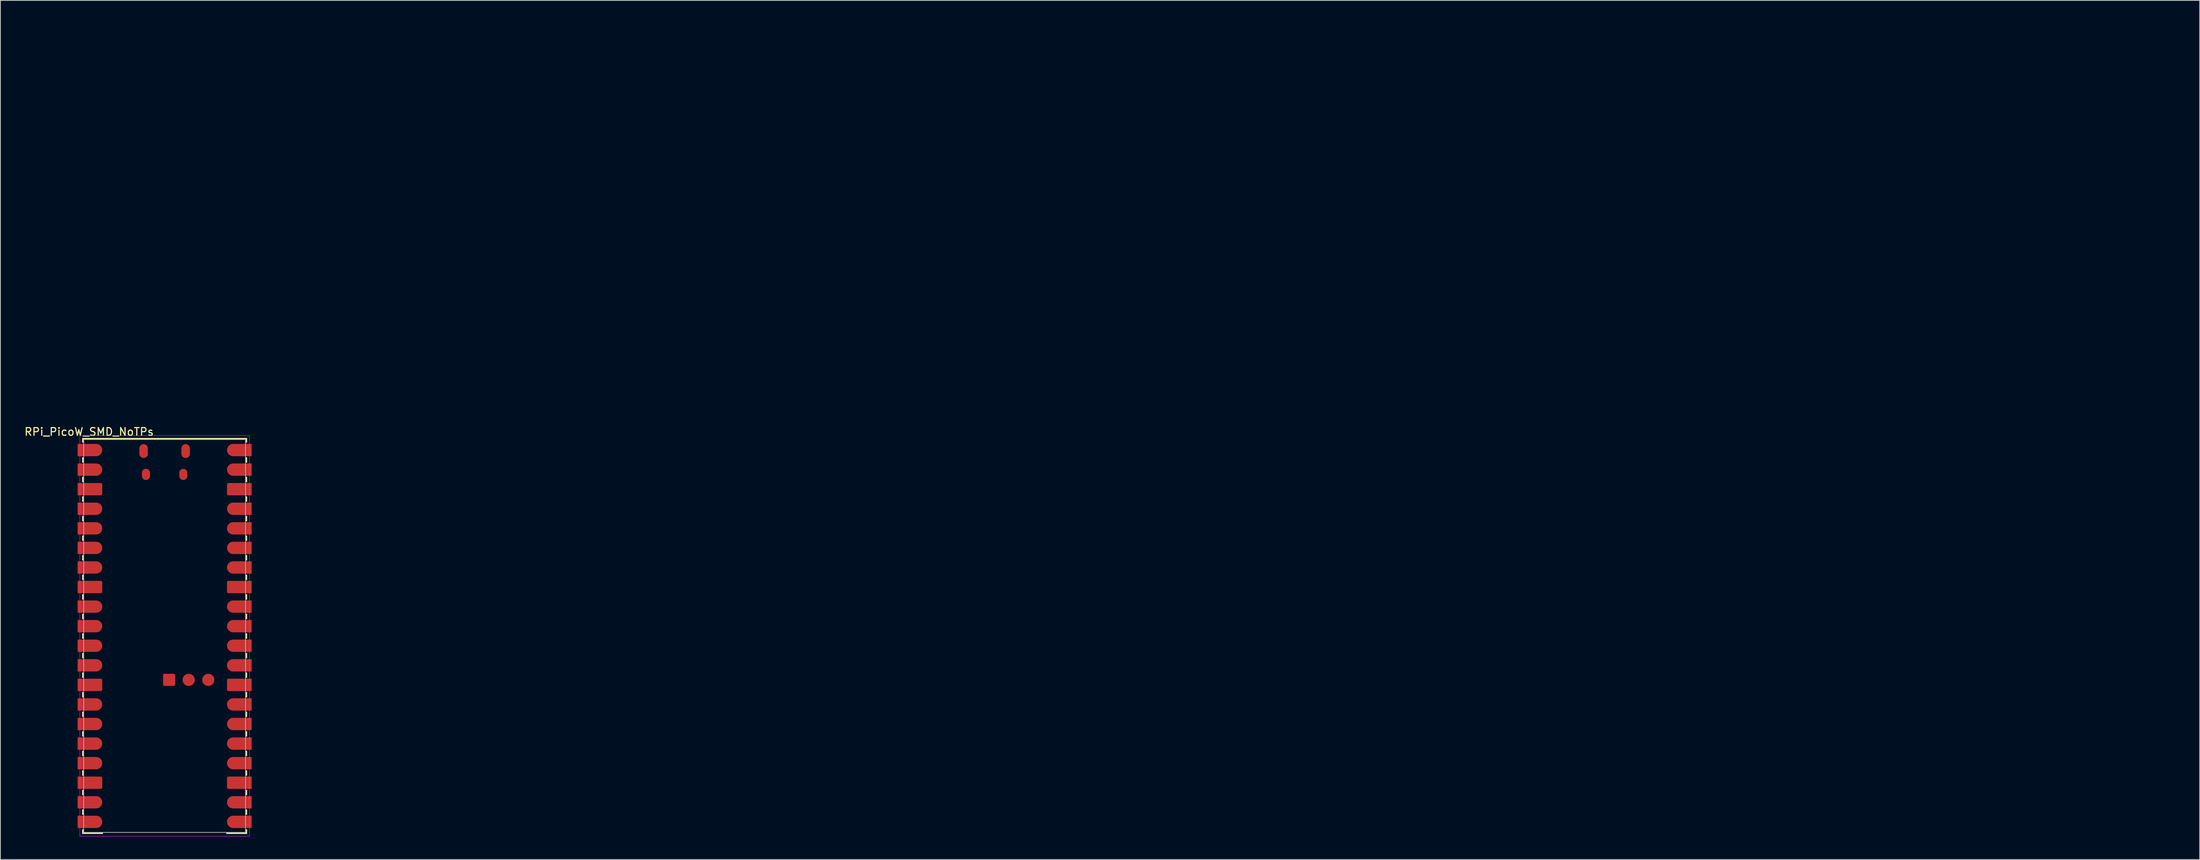
<source format=kicad_pcb>
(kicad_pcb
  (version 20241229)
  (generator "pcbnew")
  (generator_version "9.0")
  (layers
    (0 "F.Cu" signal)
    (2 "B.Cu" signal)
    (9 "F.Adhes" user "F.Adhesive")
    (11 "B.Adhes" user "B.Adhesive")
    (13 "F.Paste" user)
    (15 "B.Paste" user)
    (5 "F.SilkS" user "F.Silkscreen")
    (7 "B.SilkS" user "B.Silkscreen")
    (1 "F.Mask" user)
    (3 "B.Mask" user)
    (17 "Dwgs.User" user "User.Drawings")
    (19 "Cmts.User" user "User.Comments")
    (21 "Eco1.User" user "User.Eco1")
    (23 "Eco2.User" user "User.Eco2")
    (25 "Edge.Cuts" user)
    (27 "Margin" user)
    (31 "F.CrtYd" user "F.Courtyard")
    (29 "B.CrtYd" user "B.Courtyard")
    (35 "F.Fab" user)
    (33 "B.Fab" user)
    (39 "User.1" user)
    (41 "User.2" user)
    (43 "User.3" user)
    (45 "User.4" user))
  (footprint "RPi_PicoW_SMD_NoTPs"
    (layer "F.Cu")
    (at 18.306 79.5)
    (property "Reference" "RPi_PicoW_SMD_NoTPs" (at -9.8 -26.5 0) (layer "F.SilkS") (effects (font (size 1 1) (thickness 0.15))))
    (attr smd)
    (fp_poly (pts (xy -10.7 -23.2) (xy -10.5 -23.2) (xy -10.5 -22.5) (xy -10.7 -22.5)) (stroke (width 0) (type solid)) (fill yes) (layer "F.SilkS"))
    (fp_poly (pts (xy -10.7 -20.66) (xy -10.5 -20.66) (xy -10.5 -19.96) (xy -10.7 -19.96)) (stroke (width 0) (type solid)) (fill yes) (layer "F.SilkS"))
    (fp_poly (pts (xy -10.7 -18.12) (xy -10.5 -18.12) (xy -10.5 -17.42) (xy -10.7 -17.42)) (stroke (width 0) (type solid)) (fill yes) (layer "F.SilkS"))
    (fp_poly (pts (xy -10.7 -15.58) (xy -10.5 -15.58) (xy -10.5 -14.88) (xy -10.7 -14.88)) (stroke (width 0) (type solid)) (fill yes) (layer "F.SilkS"))
    (fp_poly (pts (xy -10.7 -13.04) (xy -10.5 -13.04) (xy -10.5 -12.34) (xy -10.7 -12.34)) (stroke (width 0) (type solid)) (fill yes) (layer "F.SilkS"))
    (fp_poly (pts (xy -10.7 -10.5) (xy -10.5 -10.5) (xy -10.5 -9.8) (xy -10.7 -9.8)) (stroke (width 0) (type solid)) (fill yes) (layer "F.SilkS"))
    (fp_poly (pts (xy -10.7 -7.96) (xy -10.5 -7.96) (xy -10.5 -7.26) (xy -10.7 -7.26)) (stroke (width 0) (type solid)) (fill yes) (layer "F.SilkS"))
    (fp_poly (pts (xy -10.7 -5.42) (xy -10.5 -5.42) (xy -10.5 -4.72) (xy -10.7 -4.72)) (stroke (width 0) (type solid)) (fill yes) (layer "F.SilkS"))
    (fp_poly (pts (xy -10.7 -2.88) (xy -10.5 -2.88) (xy -10.5 -2.18) (xy -10.7 -2.18)) (stroke (width 0) (type solid)) (fill yes) (layer "F.SilkS"))
    (fp_poly (pts (xy -10.7 -0.34) (xy -10.5 -0.34) (xy -10.5 0.36) (xy -10.7 0.36)) (stroke (width 0) (type solid)) (fill yes) (layer "F.SilkS"))
    (fp_poly (pts (xy -10.7 2.2) (xy -10.5 2.2) (xy -10.5 2.9) (xy -10.7 2.9)) (stroke (width 0) (type solid)) (fill yes) (layer "F.SilkS"))
    (fp_poly (pts (xy -10.7 4.74) (xy -10.5 4.74) (xy -10.5 5.44) (xy -10.7 5.44)) (stroke (width 0) (type solid)) (fill yes) (layer "F.SilkS"))
    (fp_poly (pts (xy -10.7 7.28) (xy -10.5 7.28) (xy -10.5 7.98) (xy -10.7 7.98)) (stroke (width 0) (type solid)) (fill yes) (layer "F.SilkS"))
    (fp_poly (pts (xy -10.7 9.82) (xy -10.5 9.82) (xy -10.5 10.52) (xy -10.7 10.52)) (stroke (width 0) (type solid)) (fill yes) (layer "F.SilkS"))
    (fp_poly (pts (xy -10.7 12.36) (xy -10.5 12.36) (xy -10.5 13.06) (xy -10.7 13.06)) (stroke (width 0) (type solid)) (fill yes) (layer "F.SilkS"))
    (fp_poly (pts (xy -10.7 14.9) (xy -10.5 14.9) (xy -10.5 15.6) (xy -10.7 15.6)) (stroke (width 0) (type solid)) (fill yes) (layer "F.SilkS"))
    (fp_poly (pts (xy -10.7 17.44) (xy -10.5 17.44) (xy -10.5 18.14) (xy -10.7 18.14)) (stroke (width 0) (type solid)) (fill yes) (layer "F.SilkS"))
    (fp_poly (pts (xy -10.7 19.98) (xy -10.5 19.98) (xy -10.5 20.68) (xy -10.7 20.68)) (stroke (width 0) (type solid)) (fill yes) (layer "F.SilkS"))
    (fp_poly (pts (xy -10.7 22.52) (xy -10.5 22.52) (xy -10.5 23.22) (xy -10.7 23.22)) (stroke (width 0) (type solid)) (fill yes) (layer "F.SilkS"))
    (fp_poly (pts (xy 10.5 -23.2) (xy 10.7 -23.2) (xy 10.7 -22.5) (xy 10.5 -22.5)) (stroke (width 0) (type solid)) (fill yes) (layer "F.SilkS"))
    (fp_poly (pts (xy 10.5 -20.66) (xy 10.7 -20.66) (xy 10.7 -19.96) (xy 10.5 -19.96)) (stroke (width 0) (type solid)) (fill yes) (layer "F.SilkS"))
    (fp_poly (pts (xy 10.5 -18.12) (xy 10.7 -18.12) (xy 10.7 -17.42) (xy 10.5 -17.42)) (stroke (width 0) (type solid)) (fill yes) (layer "F.SilkS"))
    (fp_poly (pts (xy 10.5 -15.58) (xy 10.7 -15.58) (xy 10.7 -14.88) (xy 10.5 -14.88)) (stroke (width 0) (type solid)) (fill yes) (layer "F.SilkS"))
    (fp_poly (pts (xy 10.5 -13.04) (xy 10.7 -13.04) (xy 10.7 -12.34) (xy 10.5 -12.34)) (stroke (width 0) (type solid)) (fill yes) (layer "F.SilkS"))
    (fp_poly (pts (xy 10.5 -10.5) (xy 10.7 -10.5) (xy 10.7 -9.8) (xy 10.5 -9.8)) (stroke (width 0) (type solid)) (fill yes) (layer "F.SilkS"))
    (fp_poly (pts (xy 10.5 -7.96) (xy 10.7 -7.96) (xy 10.7 -7.26) (xy 10.5 -7.26)) (stroke (width 0) (type solid)) (fill yes) (layer "F.SilkS"))
    (fp_poly (pts (xy 10.5 -5.42) (xy 10.7 -5.42) (xy 10.7 -4.72) (xy 10.5 -4.72)) (stroke (width 0) (type solid)) (fill yes) (layer "F.SilkS"))
    (fp_poly (pts (xy 10.5 -2.88) (xy 10.7 -2.88) (xy 10.7 -2.18) (xy 10.5 -2.18)) (stroke (width 0) (type solid)) (fill yes) (layer "F.SilkS"))
    (fp_poly (pts (xy 10.5 -0.34) (xy 10.7 -0.34) (xy 10.7 0.36) (xy 10.5 0.36)) (stroke (width 0) (type solid)) (fill yes) (layer "F.SilkS"))
    (fp_poly (pts (xy 10.5 2.2) (xy 10.7 2.2) (xy 10.7 2.9) (xy 10.5 2.9)) (stroke (width 0) (type solid)) (fill yes) (layer "F.SilkS"))
    (fp_poly (pts (xy 10.5 4.74) (xy 10.7 4.74) (xy 10.7 5.44) (xy 10.5 5.44)) (stroke (width 0) (type solid)) (fill yes) (layer "F.SilkS"))
    (fp_poly (pts (xy 10.5 7.28) (xy 10.7 7.28) (xy 10.7 7.98) (xy 10.5 7.98)) (stroke (width 0) (type solid)) (fill yes) (layer "F.SilkS"))
    (fp_poly (pts (xy 10.5 9.82) (xy 10.7 9.82) (xy 10.7 10.52) (xy 10.5 10.52)) (stroke (width 0) (type solid)) (fill yes) (layer "F.SilkS"))
    (fp_poly (pts (xy 10.5 12.36) (xy 10.7 12.36) (xy 10.7 13.06) (xy 10.5 13.06)) (stroke (width 0) (type solid)) (fill yes) (layer "F.SilkS"))
    (fp_poly (pts (xy 10.5 14.9) (xy 10.7 14.9) (xy 10.7 15.6) (xy 10.5 15.6)) (stroke (width 0) (type solid)) (fill yes) (layer "F.SilkS"))
    (fp_poly (pts (xy 10.5 17.44) (xy 10.7 17.44) (xy 10.7 18.14) (xy 10.5 18.14)) (stroke (width 0) (type solid)) (fill yes) (layer "F.SilkS"))
    (fp_poly (pts (xy 10.5 19.98) (xy 10.7 19.98) (xy 10.7 20.68) (xy 10.5 20.68)) (stroke (width 0) (type solid)) (fill yes) (layer "F.SilkS"))
    (fp_poly (pts (xy 10.5 22.52) (xy 10.7 22.52) (xy 10.7 23.22) (xy 10.5 23.22)) (stroke (width 0) (type solid)) (fill yes) (layer "F.SilkS"))
    (fp_poly (pts (xy -10.7 25.1) (xy -10.5 25.1) (xy -10.5 25.5) (xy -8 25.5) (xy -8 25.7) (xy -10.7 25.7)) (stroke (width 0) (type solid)) (fill yes) (layer "F.SilkS"))
    (fp_poly (pts (xy 10.7 25.1) (xy 10.5 25.1) (xy 10.5 25.5) (xy 8 25.5) (xy 8 25.7) (xy 10.7 25.7)) (stroke (width 0) (type solid)) (fill yes) (layer "F.SilkS"))
    (fp_poly (pts (xy -10.7 -25.1) (xy -10.5 -25.1) (xy -10.5 -25.5) (xy 10.5 -25.5) (xy 10.5 -25.1) (xy 10.7 -25.1) (xy 10.7 -25.7) (xy -10.7 -25.7)) (stroke (width 0) (type solid)) (fill yes) (layer "F.SilkS"))
    (fp_line (start -11 -26) (end 11 -26) (stroke (width 0.05) (type solid)) (layer "F.CrtYd"))
    (fp_line (start -11 26) (end -11 -26) (stroke (width 0.05) (type solid)) (layer "F.CrtYd"))
    (fp_line (start 11 -26) (end 11 26) (stroke (width 0.05) (type solid)) (layer "F.CrtYd"))
    (fp_line (start 11 26) (end -11 26) (stroke (width 0.05) (type solid)) (layer "F.CrtYd"))
    (fp_line (start -10.5 -25.5) (end 10.5 -25.5) (stroke (width 0.1) (type solid)) (layer "F.Fab"))
    (fp_line (start -10.5 25.5) (end -10.5 -25.5) (stroke (width 0.1) (type solid)) (layer "F.Fab"))
    (fp_line (start 10.5 -25.5) (end 10.5 25.5) (stroke (width 0.1) (type solid)) (layer "F.Fab"))
    (fp_line (start 10.5 25.5) (end -10.5 25.5) (stroke (width 0.1) (type solid)) (layer "F.Fab"))
    (pad "1" smd custom (at -8.89 -24.13) (size 1.6 1.6) (layers "F.Cu" "F.Mask" "F.Paste") (options (anchor circle)) (primitives (gr_rect (start -2.4 -0.8) (end 0 0.8) (width 0) (fill yes))))
    (pad "2" smd custom (at -8.89 -21.59) (size 1.6 1.6) (layers "F.Cu" "F.Mask" "F.Paste") (options (anchor circle)) (primitives (gr_rect (start -2.4 -0.8) (end 0 0.8) (width 0) (fill yes))))
    (pad "3" smd custom (at -8.89 -19.05) (size 1.2 1.6) (layers "F.Cu" "F.Mask" "F.Paste") (options (anchor rect)) (primitives (gr_rect (start -2.4 -0.8) (end 0 0.8) (width 0) (fill yes)) (gr_circle (center 0.6 0.6) (end 0.8 0.6) (width 0) (fill yes)) (gr_rect (start 0.6 -0.6) (end 0.8 0.6) (width 0) (fill yes)) (gr_circle (center 0.6 -0.6) (end 0.8 -0.6) (width 0) (fill yes))))
    (pad "4" smd custom (at -8.89 -16.51) (size 1.6 1.6) (layers "F.Cu" "F.Mask" "F.Paste") (options (anchor circle)) (primitives (gr_rect (start -2.4 -0.8) (end 0 0.8) (width 0) (fill yes))))
    (pad "5" smd custom (at -8.89 -13.97) (size 1.6 1.6) (layers "F.Cu" "F.Mask" "F.Paste") (options (anchor circle)) (primitives (gr_rect (start -2.4 -0.8) (end 0 0.8) (width 0) (fill yes))))
    (pad "6" smd custom (at -8.89 -11.43) (size 1.6 1.6) (layers "F.Cu" "F.Mask" "F.Paste") (options (anchor circle)) (primitives (gr_rect (start -2.4 -0.8) (end 0 0.8) (width 0) (fill yes))))
    (pad "7" smd custom (at -8.89 -8.89) (size 1.6 1.6) (layers "F.Cu" "F.Mask" "F.Paste") (options (anchor circle)) (primitives (gr_rect (start -2.4 -0.8) (end 0 0.8) (width 0) (fill yes))))
    (pad "8" smd custom (at -8.89 -6.35) (size 1.2 1.6) (layers "F.Cu" "F.Mask" "F.Paste") (options (anchor rect)) (primitives (gr_rect (start -2.4 -0.8) (end 0 0.8) (width 0) (fill yes)) (gr_circle (center 0.6 0.6) (end 0.8 0.6) (width 0) (fill yes)) (gr_rect (start 0.6 -0.6) (end 0.8 0.6) (width 0) (fill yes)) (gr_circle (center 0.6 -0.6) (end 0.8 -0.6) (width 0) (fill yes))))
    (pad "9" smd custom (at -8.89 -3.81) (size 1.6 1.6) (layers "F.Cu" "F.Mask" "F.Paste") (options (anchor circle)) (primitives (gr_rect (start -2.4 -0.8) (end 0 0.8) (width 0) (fill yes))))
    (pad "10" smd custom (at -8.89 -1.27) (size 1.6 1.6) (layers "F.Cu" "F.Mask" "F.Paste") (options (anchor circle)) (primitives (gr_rect (start -2.4 -0.8) (end 0 0.8) (width 0) (fill yes))))
    (pad "11" smd custom (at -8.89 1.27) (size 1.6 1.6) (layers "F.Cu" "F.Mask" "F.Paste") (options (anchor circle)) (primitives (gr_rect (start -2.4 -0.8) (end 0 0.8) (width 0) (fill yes))))
    (pad "12" smd custom (at -8.89 3.81) (size 1.6 1.6) (layers "F.Cu" "F.Mask" "F.Paste") (options (anchor circle)) (primitives (gr_rect (start -2.4 -0.8) (end 0 0.8) (width 0) (fill yes))))
    (pad "13" smd custom (at -8.89 6.35) (size 1.2 1.6) (layers "F.Cu" "F.Mask" "F.Paste") (options (anchor rect)) (primitives (gr_rect (start -2.4 -0.8) (end 0 0.8) (width 0) (fill yes)) (gr_circle (center 0.6 0.6) (end 0.8 0.6) (width 0) (fill yes)) (gr_rect (start 0.6 -0.6) (end 0.8 0.6) (width 0) (fill yes)) (gr_circle (center 0.6 -0.6) (end 0.8 -0.6) (width 0) (fill yes))))
    (pad "14" smd custom (at -8.89 8.89) (size 1.6 1.6) (layers "F.Cu" "F.Mask" "F.Paste") (options (anchor circle)) (primitives (gr_rect (start -2.4 -0.8) (end 0 0.8) (width 0) (fill yes))))
    (pad "15" smd custom (at -8.89 11.43) (size 1.6 1.6) (layers "F.Cu" "F.Mask" "F.Paste") (options (anchor circle)) (primitives (gr_rect (start -2.4 -0.8) (end 0 0.8) (width 0) (fill yes))))
    (pad "16" smd custom (at -8.89 13.97) (size 1.6 1.6) (layers "F.Cu" "F.Mask" "F.Paste") (options (anchor circle)) (primitives (gr_rect (start -2.4 -0.8) (end 0 0.8) (width 0) (fill yes))))
    (pad "17" smd custom (at -8.89 16.51) (size 1.6 1.6) (layers "F.Cu" "F.Mask" "F.Paste") (options (anchor circle)) (primitives (gr_rect (start -2.4 -0.8) (end 0 0.8) (width 0) (fill yes))))
    (pad "18" smd custom (at -8.89 19.05) (size 1.2 1.6) (layers "F.Cu" "F.Mask" "F.Paste") (options (anchor rect)) (primitives (gr_rect (start -2.4 -0.8) (end 0 0.8) (width 0) (fill yes)) (gr_circle (center 0.6 0.6) (end 0.8 0.6) (width 0) (fill yes)) (gr_rect (start 0.6 -0.6) (end 0.8 0.6) (width 0) (fill yes)) (gr_circle (center 0.6 -0.6) (end 0.8 -0.6) (width 0) (fill yes))))
    (pad "19" smd custom (at -8.89 21.59) (size 1.6 1.6) (layers "F.Cu" "F.Mask" "F.Paste") (options (anchor circle)) (primitives (gr_rect (start -2.4 -0.8) (end 0 0.8) (width 0) (fill yes))))
    (pad "20" smd custom (at -8.89 24.13) (size 1.6 1.6) (layers "F.Cu" "F.Mask" "F.Paste") (options (anchor circle)) (primitives (gr_rect (start -2.4 -0.8) (end 0 0.8) (width 0) (fill yes))))
    (pad "21" smd custom (at 8.89 24.13) (size 1.6 1.6) (layers "F.Cu" "F.Mask" "F.Paste") (options (anchor circle)) (primitives (gr_rect (start 0 -0.8) (end 2.4 0.8) (width 0) (fill yes))))
    (pad "22" smd custom (at 8.89 21.59) (size 1.6 1.6) (layers "F.Cu" "F.Mask" "F.Paste") (options (anchor circle)) (primitives (gr_rect (start 0 -0.8) (end 2.4 0.8) (width 0) (fill yes))))
    (pad "23" smd custom (at 8.89 19.05) (size 1.2 1.6) (layers "F.Cu" "F.Mask" "F.Paste") (options (anchor rect)) (primitives (gr_rect (start 0 -0.8) (end 2.4 0.8) (width 0) (fill yes)) (gr_circle (center -0.6 0.6) (end -0.4 0.6) (width 0) (fill yes)) (gr_rect (start -0.8 -0.6) (end -0.6 0.6) (width 0) (fill yes)) (gr_circle (center -0.6 -0.6) (end -0.4 -0.6) (width 0) (fill yes))))
    (pad "24" smd custom (at 8.89 16.51) (size 1.6 1.6) (layers "F.Cu" "F.Mask" "F.Paste") (options (anchor circle)) (primitives (gr_rect (start 0 -0.8) (end 2.4 0.8) (width 0) (fill yes))))
    (pad "25" smd custom (at 8.89 13.97) (size 1.6 1.6) (layers "F.Cu" "F.Mask" "F.Paste") (options (anchor circle)) (primitives (gr_rect (start 0 -0.8) (end 2.4 0.8) (width 0) (fill yes))))
    (pad "26" smd custom (at 8.89 11.43) (size 1.6 1.6) (layers "F.Cu" "F.Mask" "F.Paste") (options (anchor circle)) (primitives (gr_rect (start 0 -0.8) (end 2.4 0.8) (width 0) (fill yes))))
    (pad "27" smd custom (at 8.89 8.89) (size 1.6 1.6) (layers "F.Cu" "F.Mask" "F.Paste") (options (anchor circle)) (primitives (gr_rect (start 0 -0.8) (end 2.4 0.8) (width 0) (fill yes))))
    (pad "28" smd custom (at 8.89 6.35) (size 1.2 1.6) (layers "F.Cu" "F.Mask" "F.Paste") (options (anchor rect)) (primitives (gr_rect (start 0 -0.8) (end 2.4 0.8) (width 0) (fill yes)) (gr_circle (center -0.6 0.6) (end -0.4 0.6) (width 0) (fill yes)) (gr_rect (start -0.8 -0.6) (end -0.6 0.6) (width 0) (fill yes)) (gr_circle (center -0.6 -0.6) (end -0.4 -0.6) (width 0) (fill yes))))
    (pad "29" smd custom (at 8.89 3.81) (size 1.6 1.6) (layers "F.Cu" "F.Mask" "F.Paste") (options (anchor circle)) (primitives (gr_rect (start 0 -0.8) (end 2.4 0.8) (width 0) (fill yes))))
    (pad "30" smd custom (at 8.89 1.27) (size 1.6 1.6) (layers "F.Cu" "F.Mask" "F.Paste") (options (anchor circle)) (primitives (gr_rect (start 0 -0.8) (end 2.4 0.8) (width 0) (fill yes))))
    (pad "31" smd custom (at 8.89 -1.27) (size 1.6 1.6) (layers "F.Cu" "F.Mask" "F.Paste") (options (anchor circle)) (primitives (gr_rect (start 0 -0.8) (end 2.4 0.8) (width 0) (fill yes))))
    (pad "32" smd custom (at 8.89 -3.81) (size 1.6 1.6) (layers "F.Cu" "F.Mask" "F.Paste") (options (anchor circle)) (primitives (gr_rect (start 0 -0.8) (end 2.4 0.8) (width 0) (fill yes))))
    (pad "33" smd custom (at 8.89 -6.35) (size 1.2 1.6) (layers "F.Cu" "F.Mask" "F.Paste") (options (anchor rect)) (primitives (gr_rect (start 0 -0.8) (end 2.4 0.8) (width 0) (fill yes)) (gr_circle (center -0.6 0.6) (end -0.4 0.6) (width 0) (fill yes)) (gr_rect (start -0.8 -0.6) (end -0.6 0.6) (width 0) (fill yes)) (gr_circle (center -0.6 -0.6) (end -0.4 -0.6) (width 0) (fill yes))))
    (pad "34" smd custom (at 8.89 -8.89) (size 1.6 1.6) (layers "F.Cu" "F.Mask" "F.Paste") (options (anchor circle)) (primitives (gr_rect (start 0 -0.8) (end 2.4 0.8) (width 0) (fill yes))))
    (pad "35" smd custom (at 8.89 -11.43) (size 1.6 1.6) (layers "F.Cu" "F.Mask" "F.Paste") (options (anchor circle)) (primitives (gr_rect (start 0 -0.8) (end 2.4 0.8) (width 0) (fill yes))))
    (pad "36" smd custom (at 8.89 -13.97) (size 1.6 1.6) (layers "F.Cu" "F.Mask" "F.Paste") (options (anchor circle)) (primitives (gr_rect (start 0 -0.8) (end 2.4 0.8) (width 0) (fill yes))))
    (pad "37" smd custom (at 8.89 -16.51) (size 1.6 1.6) (layers "F.Cu" "F.Mask" "F.Paste") (options (anchor circle)) (primitives (gr_rect (start 0 -0.8) (end 2.4 0.8) (width 0) (fill yes))))
    (pad "38" smd custom (at 8.89 -19.05) (size 1.2 1.6) (layers "F.Cu" "F.Mask" "F.Paste") (options (anchor rect)) (primitives (gr_rect (start 0 -0.8) (end 2.4 0.8) (width 0) (fill yes)) (gr_circle (center -0.6 0.6) (end -0.4 0.6) (width 0) (fill yes)) (gr_rect (start -0.8 -0.6) (end -0.6 0.6) (width 0) (fill yes)) (gr_circle (center -0.6 -0.6) (end -0.4 -0.6) (width 0) (fill yes))))
    (pad "39" smd custom (at 8.89 -21.59) (size 1.6 1.6) (layers "F.Cu" "F.Mask" "F.Paste") (options (anchor circle)) (primitives (gr_rect (start 0 -0.8) (end 2.4 0.8) (width 0) (fill yes))))
    (pad "40" smd custom (at 8.89 -24.13) (size 1.6 1.6) (layers "F.Cu" "F.Mask" "F.Paste") (options (anchor circle)) (primitives (gr_rect (start 0 -0.8) (end 2.4 0.8) (width 0) (fill yes))))
    (pad "D1" smd roundrect (at 0.584 5.7) (size 1.575 1.575) (layers "F.Cu" "F.Mask" "F.Paste") (roundrect_rratio 0.127))
    (pad "D2" smd circle (at 3.124 5.7) (size 1.575 1.575) (layers "F.Cu" "F.Mask" "F.Paste"))
    (pad "D3" smd circle (at 5.664 5.7) (size 1.575 1.575) (layers "F.Cu" "F.Mask" "F.Paste"))
    (pad "MP" smd oval (at -2.725 -24) (size 1.1 1.8) (layers "F.Cu" "F.Mask" "F.Paste"))
    (pad "MP" smd oval (at -2.425 -20.97) (size 1.05 1.45) (layers "F.Cu" "F.Mask" "F.Paste"))
    (pad "MP" smd oval (at 2.425 -20.97) (size 1.05 1.45) (layers "F.Cu" "F.Mask" "F.Paste"))
    (pad "MP" smd oval (at 2.725 -24) (size 1.1 1.8) (layers "F.Cu" "F.Mask" "F.Paste"))
    (zone (net_name "") (layer "F.Cu") (name "TP Keepout 4-6") (hatch edge 0.5) (connect_pads) (min_thickness 0.25) (filled_areas_thickness no) (keepout (tracks not_allowed) (vias not_allowed) (pads not_allowed) (copperpour not_allowed) (footprints allowed)) (placement (enabled no)) (fill) (polygon (pts (xy 268.306 6.5) (xy 271.306 6.5) (xy 271.306 14.5) (xy 268.306 14.5))))
    (zone (net_name "") (layer "F.Cu") (name "TP USB Keepout") (hatch edge 0.5) (connect_pads) (min_thickness 0.25) (filled_areas_thickness no) (keepout (tracks not_allowed) (vias not_allowed) (pads not_allowed) (copperpour not_allowed) (footprints allowed)) (placement (enabled no)) (fill) (polygon (pts (xy 270.806 3.5) (xy 270.306 2.5) (xy 270.306 0) (xy 274.306 0) (xy 274.306 2.5) (xy 273.806 3.5) (xy 273.806 5.5) (xy 270.806 5.5))))
    (zone (net_name "") (layers "F.Cu" "B.Cu" "F.Paste" "B.Paste") (name "Antenna Keepout") (hatch edge 0.5) (connect_pads) (min_thickness 0.25) (filled_areas_thickness no) (keepout (tracks not_allowed) (vias not_allowed) (pads not_allowed) (copperpour not_allowed) (footprints not_allowed)) (placement (enabled no)) (fill) (polygon (pts (xy 265.306 42) (xy 279.306 42) (xy 279.306 51) (xy 265.306 51)))))
  (gr_rect
    (start -3 -3)
    (end 282.306 108.525)
    (stroke (width 0.1) (type default))
    (fill no)
    (layer "Edge.Cuts")))
</source>
